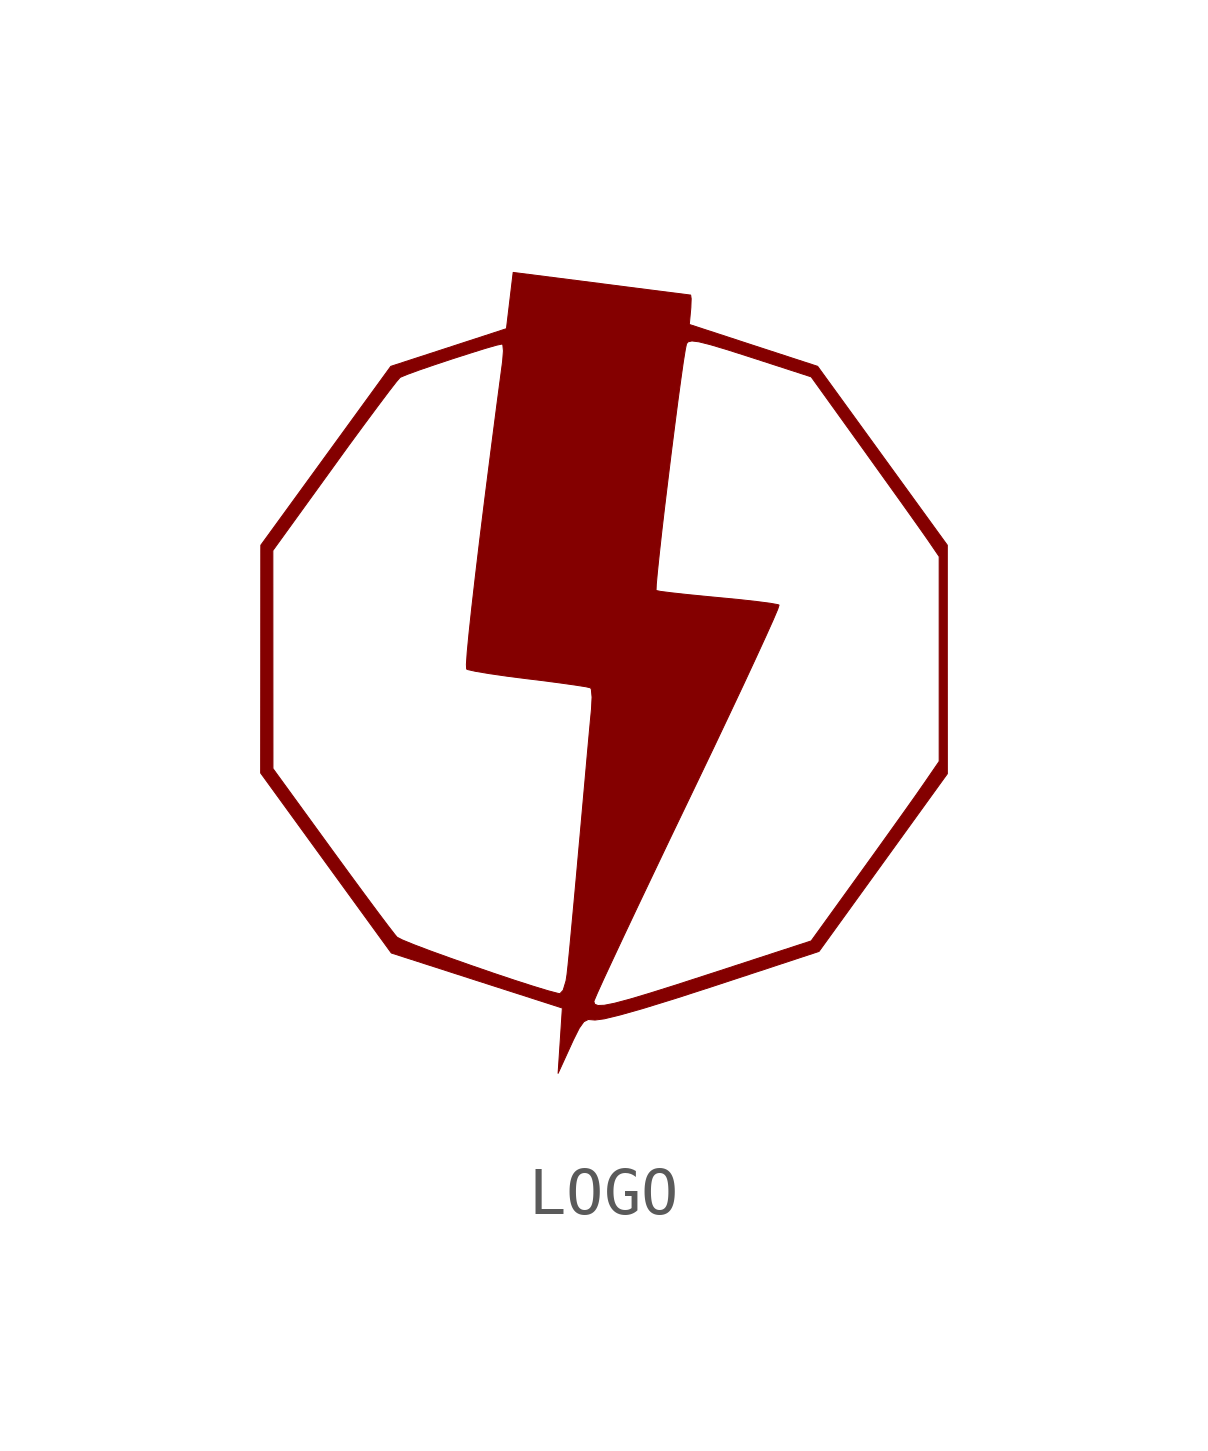
<source format=kicad_sym>
(kicad_symbol_lib
  (version 20220914)
  (generator "bitmap2component")
  (generator_version "9.0")
  (symbol "LOGO"
    (pin_names
      (offset 1.016))
    (property "Reference" "#G"
      (at 0 11.557 0)
      (effects (font (size 1.27 1.27)) hide))
    (symbol "LOGO_0_0"
      (polyline (pts (xy -0.65 -8.1) (xy -0.598 -7.986) (xy -0.473 -7.736) (xy -0.378 -7.603) (xy -0.285 -7.556) (xy -0.166 -7.566) (xy -0.146 -7.568) (xy 0.046 -7.543) (xy 0.39 -7.459) (xy 0.882 -7.319) (xy 1.517 -7.123) (xy 2.288 -6.874) (xy 4.523 -6.138) (xy 5.86 -4.287) (xy 7.197 -2.436) (xy 7.196 -0.054) (xy 7.196 2.328) (xy 5.845 4.191) (xy 4.494 6.054) (xy 3.157 6.49) (xy 1.82 6.927) (xy 1.848 7.231) (xy 1.852 7.277) (xy 1.859 7.462) (xy 1.848 7.539) (xy 1.83 7.541) (xy 1.678 7.561) (xy 1.393 7.597) (xy 0.999 7.647) (xy 0.522 7.708) (xy -0.015 7.777) (xy -1.85 8.011) (xy -1.92 7.425) (xy -1.99 6.839) (xy -3.195 6.446) (xy -4.4 6.054) (xy -5.754 4.191) (xy -7.108 2.328) (xy -7.109 2.216) (xy -6.858 2.216) (xy -5.583 3.98) (xy -5.284 4.394) (xy -4.957 4.839) (xy -4.672 5.223) (xy -4.443 5.528) (xy -4.283 5.734) (xy -4.208 5.821) (xy -4.198 5.827) (xy -4.062 5.884) (xy -3.81 5.976) (xy -3.483 6.088) (xy -3.119 6.209) (xy -2.757 6.325) (xy -2.438 6.425) (xy -2.199 6.494) (xy -2.08 6.519) (xy -2.066 6.506) (xy -2.053 6.378) (xy -2.07 6.16) (xy -2.186 5.284) (xy -2.319 4.256) (xy -2.44 3.305) (xy -2.547 2.441) (xy -2.638 1.677) (xy -2.713 1.024) (xy -2.77 0.493) (xy -2.808 0.095) (xy -2.825 -0.158) (xy -2.82 -0.254) (xy -2.796 -0.265) (xy -2.632 -0.302) (xy -2.344 -0.35) (xy -1.964 -0.405) (xy -1.525 -0.461) (xy -1.338 -0.483) (xy -0.921 -0.537) (xy -0.578 -0.585) (xy -0.339 -0.622) (xy -0.238 -0.645) (xy -0.221 -0.678) (xy -0.206 -0.84) (xy -0.218 -1.082) (xy -0.218 -1.087) (xy -0.237 -1.283) (xy -0.268 -1.62) (xy -0.309 -2.071) (xy -0.357 -2.612) (xy -0.411 -3.214) (xy -0.468 -3.852) (xy -0.471 -3.88) (xy -0.528 -4.517) (xy -0.583 -5.118) (xy -0.633 -5.655) (xy -0.675 -6.103) (xy -0.708 -6.435) (xy -0.729 -6.625) (xy -0.749 -6.753) (xy -0.808 -6.947) (xy -0.876 -7.019) (xy -0.919 -7.011) (xy -1.121 -6.958) (xy -1.433 -6.863) (xy -1.825 -6.737) (xy -2.267 -6.589) (xy -2.728 -6.43) (xy -3.178 -6.271) (xy -3.587 -6.123) (xy -3.925 -5.995) (xy -4.163 -5.897) (xy -4.269 -5.842) (xy -4.32 -5.781) (xy -4.466 -5.592) (xy -4.684 -5.302) (xy -4.96 -4.93) (xy -5.279 -4.496) (xy -5.625 -4.022) (xy -6.856 -2.328) (xy -6.857 -0.056) (xy -6.858 2.216) (xy -7.109 2.216) (xy -7.11 -0.046) (xy -7.112 -2.421) (xy -5.751 -4.296) (xy -4.389 -6.171) (xy -2.607 -6.745) (xy -1.241 -7.184) (xy -0.169 -7.184) (xy -0.162 -7.16) (xy -0.095 -7.002) (xy 0.036 -6.713) (xy 0.225 -6.307) (xy 0.463 -5.799) (xy 0.745 -5.202) (xy 1.064 -4.532) (xy 1.412 -3.802) (xy 1.784 -3.028) (xy 1.961 -2.659) (xy 2.321 -1.907) (xy 2.652 -1.208) (xy 2.95 -0.576) (xy 3.206 -0.025) (xy 3.415 0.43) (xy 3.57 0.775) (xy 3.664 0.996) (xy 3.69 1.079) (xy 3.667 1.088) (xy 3.506 1.117) (xy 3.221 1.154) (xy 2.843 1.196) (xy 2.402 1.238) (xy 2.202 1.257) (xy 1.787 1.298) (xy 1.45 1.335) (xy 1.22 1.364) (xy 1.129 1.383) (xy 1.127 1.389) (xy 1.132 1.512) (xy 1.156 1.773) (xy 1.195 2.146) (xy 1.246 2.606) (xy 1.307 3.128) (xy 1.375 3.687) (xy 1.445 4.257) (xy 1.516 4.815) (xy 1.583 5.334) (xy 1.645 5.79) (xy 1.697 6.157) (xy 1.738 6.41) (xy 1.762 6.525) (xy 1.795 6.565) (xy 1.875 6.583) (xy 2.02 6.565) (xy 2.256 6.506) (xy 2.605 6.402) (xy 3.09 6.247) (xy 4.36 5.835) (xy 5.461 4.303) (xy 5.579 4.138) (xy 5.91 3.676) (xy 6.216 3.249) (xy 6.477 2.882) (xy 6.676 2.601) (xy 6.795 2.431) (xy 7.027 2.091) (xy 7.027 -0.044) (xy 7.027 -2.178) (xy 6.71 -2.64) (xy 6.702 -2.651) (xy 6.547 -2.874) (xy 6.315 -3.201) (xy 6.028 -3.603) (xy 5.708 -4.05) (xy 5.376 -4.511) (xy 4.36 -5.919) (xy 2.273 -6.6) (xy 2.226 -6.615) (xy 1.535 -6.839) (xy 0.988 -7.011) (xy 0.569 -7.136) (xy 0.261 -7.218) (xy 0.049 -7.26) (xy -0.083 -7.265) (xy -0.15 -7.239) (xy -0.169 -7.184) (xy -1.241 -7.184) (xy -0.825 -7.318) (xy -0.869 -7.998) (xy -0.914 -8.678) (xy -0.65 -8.1)) (stroke (width 0.01) (type default)) (fill (type outline))))))
</source>
